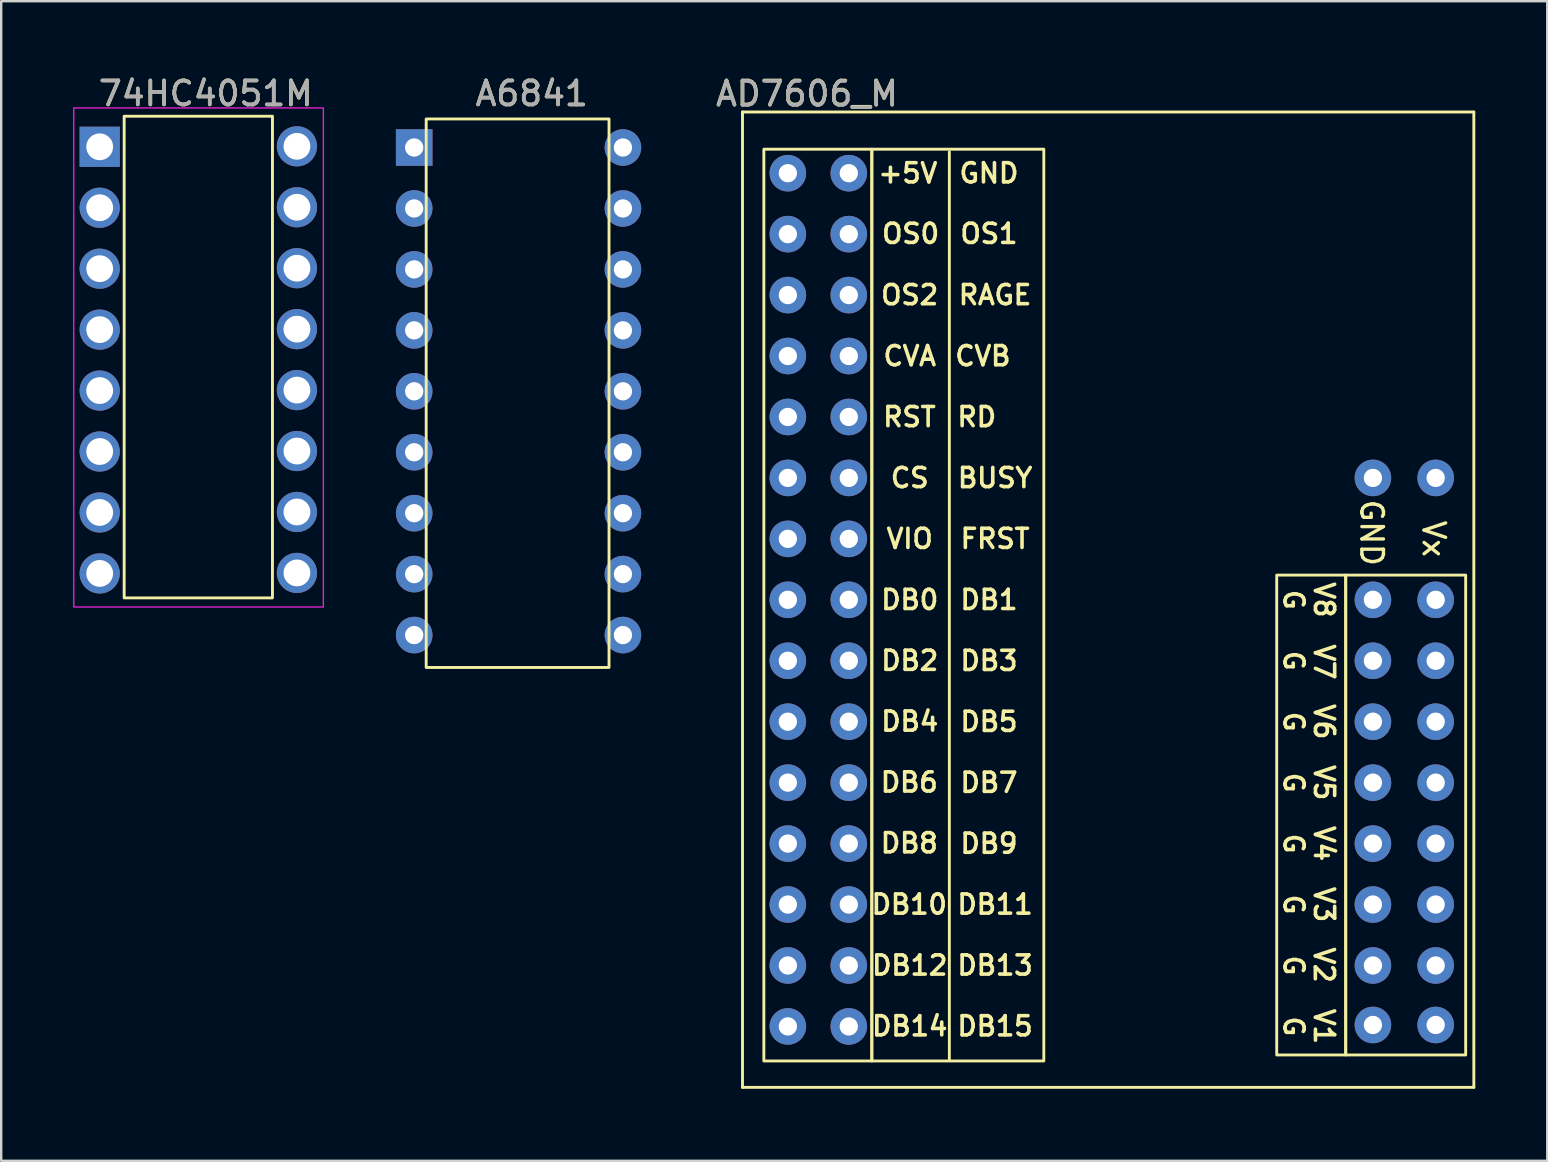
<source format=kicad_pcb>
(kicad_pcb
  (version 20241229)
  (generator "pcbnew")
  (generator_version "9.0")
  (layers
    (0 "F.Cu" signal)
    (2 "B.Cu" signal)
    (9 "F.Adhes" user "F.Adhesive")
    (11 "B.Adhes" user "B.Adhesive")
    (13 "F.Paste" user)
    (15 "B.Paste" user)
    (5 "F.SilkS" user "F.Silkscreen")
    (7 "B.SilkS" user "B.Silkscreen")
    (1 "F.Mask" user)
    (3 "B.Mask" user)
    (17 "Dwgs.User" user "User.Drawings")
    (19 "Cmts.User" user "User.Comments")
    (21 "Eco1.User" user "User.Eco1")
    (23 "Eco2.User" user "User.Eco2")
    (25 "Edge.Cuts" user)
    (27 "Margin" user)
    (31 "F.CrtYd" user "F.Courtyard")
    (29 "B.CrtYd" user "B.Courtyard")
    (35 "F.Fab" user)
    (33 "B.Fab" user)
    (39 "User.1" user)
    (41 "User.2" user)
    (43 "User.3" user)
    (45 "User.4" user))
  (footprint "AD7606_M"
    (layer "F.Cu")
    (at 29.785 4.168)
    (property "Reference" "AD7606_M" (at 0.8 -3.32 0) (unlocked yes) (layer "F.SilkS") (effects (font (size 1 1) (thickness 0.15))))
    (attr through_hole)
    (fp_line (start -1.89 -2.55) (end -1.89 38.1) (stroke (width 0.12) (type solid)) (layer "F.SilkS"))
    (fp_line (start -1.89 -2.55) (end 28.59 -2.55) (stroke (width 0.12) (type solid)) (layer "F.SilkS"))
    (fp_line (start -1.89 38.1) (end 28.59 38.1) (stroke (width 0.12) (type solid)) (layer "F.SilkS"))
    (fp_line (start 6.731 -0.889) (end 6.731 36.957) (stroke (width 0.12) (type solid)) (layer "F.SilkS"))
    (fp_line (start 28.59 -2.55) (end 28.59 38.1) (stroke (width 0.12) (type solid)) (layer "F.SilkS"))
    (fp_rect (start -1 -1) (end 3.5 37) (stroke (width 0.12) (type solid)) (fill no) (layer "F.SilkS"))
    (fp_rect (start 3.5 -1) (end 10.668 37) (stroke (width 0.12) (type solid)) (fill no) (layer "F.SilkS"))
    (fp_rect (start 23.25 16.75) (end 20.375 36.75) (stroke (width 0.12) (type solid)) (fill no) (layer "F.SilkS"))
    (fp_rect (start 23.25 16.75) (end 28.25 36.75) (stroke (width 0.12) (type solid)) (fill no) (layer "F.SilkS"))
    (fp_text user "G" (at 21.082 22.86 270) (unlocked yes) (layer "F.SilkS") (effects (font (size 0.8 0.8) (thickness 0.15))))
    (fp_text user "V2" (at 22.347 33.001 270) (unlocked yes) (layer "F.SilkS") (effects (font (size 0.8 0.8) (thickness 0.15))))
    (fp_text user "OS0" (at 5.116 2.522 0) (unlocked yes) (layer "F.SilkS") (effects (font (size 0.8 0.8) (thickness 0.15))))
    (fp_text user "RST" (at 5.066 10.159 0) (unlocked yes) (layer "F.SilkS") (effects (font (size 0.8 0.8) (thickness 0.15))))
    (fp_text user "V3" (at 22.352 30.48 270) (unlocked yes) (layer "F.SilkS") (effects (font (size 0.8 0.8) (thickness 0.15))))
    (fp_text user "GND" (at 8.382 0 0) (unlocked yes) (layer "F.SilkS") (effects (font (size 0.8 0.8) (thickness 0.15))))
    (fp_text user "DB11" (at 8.636 30.475 0) (unlocked yes) (layer "F.SilkS") (effects (font (size 0.8 0.8) (thickness 0.15))))
    (fp_text user "DB4" (at 5.08 22.849 0) (unlocked yes) (layer "F.SilkS") (effects (font (size 0.8 0.8) (thickness 0.15))))
    (fp_text user "DB12" (at 5.08 33.015 0) (unlocked yes) (layer "F.SilkS") (effects (font (size 0.8 0.8) (thickness 0.15))))
    (fp_text user "VIO" (at 5.08 15.235 0) (unlocked yes) (layer "F.SilkS") (effects (font (size 0.8 0.8) (thickness 0.15))))
    (fp_text user "DB15" (at 8.636 35.549 0) (unlocked yes) (layer "F.SilkS") (effects (font (size 0.8 0.8) (thickness 0.15))))
    (fp_text user "CVA" (at 5.08 7.62 0) (unlocked yes) (layer "F.SilkS") (effects (font (size 0.8 0.8) (thickness 0.15))))
    (fp_text user "G" (at 21.082 33.02 270) (unlocked yes) (layer "F.SilkS") (effects (font (size 0.8 0.8) (thickness 0.15))))
    (fp_text user "RD" (at 7.874 10.159 0) (unlocked yes) (layer "F.SilkS") (effects (font (size 0.8 0.8) (thickness 0.15))))
    (fp_text user "G" (at 21.082 30.48 270) (unlocked yes) (layer "F.SilkS") (effects (font (size 0.8 0.8) (thickness 0.15))))
    (fp_text user "V1" (at 22.352 35.56 270) (unlocked yes) (layer "F.SilkS") (effects (font (size 0.8 0.8) (thickness 0.15))))
    (fp_text user "DB2" (at 5.08 20.315 0) (unlocked yes) (layer "F.SilkS") (effects (font (size 0.8 0.8) (thickness 0.15))))
    (fp_text user "V5" (at 22.352 25.4 270) (unlocked yes) (layer "F.SilkS") (effects (font (size 0.8 0.8) (thickness 0.15))))
    (fp_text user "DB13" (at 8.636 33.015 0) (unlocked yes) (layer "F.SilkS") (effects (font (size 0.8 0.8) (thickness 0.15))))
    (fp_text user "G" (at 21.082 20.32 270) (unlocked yes) (layer "F.SilkS") (effects (font (size 0.8 0.8) (thickness 0.15))))
    (fp_text user "G" (at 21.082 17.78 270) (unlocked yes) (layer "F.SilkS") (effects (font (size 0.8 0.8) (thickness 0.15))))
    (fp_text user "GND" (at 24.333 14.986 270) (unlocked yes) (layer "F.SilkS") (effects (font (size 0.9 0.9) (thickness 0.14))))
    (fp_text user "V4" (at 22.352 27.94 270) (unlocked yes) (layer "F.SilkS") (effects (font (size 0.8 0.8) (thickness 0.15))))
    (fp_text user "G" (at 21.082 35.56 270) (unlocked yes) (layer "F.SilkS") (effects (font (size 0.8 0.8) (thickness 0.15))))
    (fp_text user "DB6" (at 5.061 25.386 0) (unlocked yes) (layer "F.SilkS") (effects (font (size 0.8 0.8) (thickness 0.15))))
    (fp_text user "DB3" (at 8.382 20.32 0) (unlocked yes) (layer "F.SilkS") (effects (font (size 0.8 0.8) (thickness 0.15))))
    (fp_text user "FRST" (at 8.636 15.235 0) (unlocked yes) (layer "F.SilkS") (effects (font (size 0.8 0.8) (thickness 0.15))))
    (fp_text user "OS1" (at 8.382 2.522 0) (unlocked yes) (layer "F.SilkS") (effects (font (size 0.8 0.8) (thickness 0.15))))
    (fp_text user "G" (at 21.082 27.94 270) (unlocked yes) (layer "F.SilkS") (effects (font (size 0.8 0.8) (thickness 0.15))))
    (fp_text user "DB9" (at 8.382 27.94 0) (unlocked yes) (layer "F.SilkS") (effects (font (size 0.8 0.8) (thickness 0.15))))
    (fp_text user "DB14" (at 5.08 35.549 0) (unlocked yes) (layer "F.SilkS") (effects (font (size 0.8 0.8) (thickness 0.15))))
    (fp_text user "V7" (at 22.352 20.371 270) (unlocked yes) (layer "F.SilkS") (effects (font (size 0.8 0.8) (thickness 0.15))))
    (fp_text user "CVB" (at 8.128 7.62 0) (unlocked yes) (layer "F.SilkS") (effects (font (size 0.8 0.8) (thickness 0.15))))
    (fp_text user "OS2" (at 5.077 5.076 0) (unlocked yes) (layer "F.SilkS") (effects (font (size 0.8 0.8) (thickness 0.15))))
    (fp_text user "DB7" (at 8.382 25.4 0) (unlocked yes) (layer "F.SilkS") (effects (font (size 0.8 0.8) (thickness 0.15))))
    (fp_text user "V6" (at 22.352 22.86 270) (unlocked yes) (layer "F.SilkS") (effects (font (size 0.8 0.8) (thickness 0.15))))
    (fp_text user "+5V" (at 5 0 0) (unlocked yes) (layer "F.SilkS") (effects (font (size 0.8 0.8) (thickness 0.15))))
    (fp_text user "RAGE" (at 8.636 5.076 0) (unlocked yes) (layer "F.SilkS") (effects (font (size 0.8 0.8) (thickness 0.15))))
    (fp_text user "DB0" (at 5.08 17.78 0) (unlocked yes) (layer "F.SilkS") (effects (font (size 0.8 0.8) (thickness 0.15))))
    (fp_text user "Vx" (at 26.924 15.24 270) (unlocked yes) (layer "F.SilkS") (effects (font (size 0.9 0.9) (thickness 0.14))))
    (fp_text user "G" (at 21.082 25.4 270) (unlocked yes) (layer "F.SilkS") (effects (font (size 0.8 0.8) (thickness 0.15))))
    (fp_text user "V8" (at 22.352 17.78 270) (unlocked yes) (layer "F.SilkS") (effects (font (size 0.8 0.8) (thickness 0.15))))
    (fp_text user "BUSY" (at 8.636 12.7 0) (unlocked yes) (layer "F.SilkS") (effects (font (size 0.8 0.8) (thickness 0.15))))
    (fp_text user "DB5" (at 8.382 22.86 0) (unlocked yes) (layer "F.SilkS") (effects (font (size 0.8 0.8) (thickness 0.15))))
    (fp_text user "DB10" (at 5.061 30.475 0) (unlocked yes) (layer "F.SilkS") (effects (font (size 0.8 0.8) (thickness 0.15))))
    (fp_text user "CS" (at 5.08 12.7 0) (unlocked yes) (layer "F.SilkS") (effects (font (size 0.8 0.8) (thickness 0.15))))
    (fp_text user "DB1" (at 8.382 17.78 0) (unlocked yes) (layer "F.SilkS") (effects (font (size 0.8 0.8) (thickness 0.15))))
    (fp_text user "DB8" (at 5.061 27.921 0) (unlocked yes) (layer "F.SilkS") (effects (font (size 0.8 0.8) (thickness 0.15))))
    (fp_text user "${REFERENCE}" (at 0.8 -3.3 0) (unlocked yes) (layer "F.Fab") (effects (font (size 1 1) (thickness 0.15))))
    (pad "" thru_hole circle (at 24.384 12.7) (size 1.524 1.524) (drill 0.762) (layers "*.Cu" "*.Mask"))
    (pad "" thru_hole circle (at 27 12.7) (size 1.524 1.524) (drill 0.762) (layers "*.Cu" "*.Mask"))
    (pad "1" thru_hole circle (at 0 0) (size 1.524 1.524) (drill 0.762) (layers "*.Cu" "*.Mask"))
    (pad "2" thru_hole circle (at 0 2.54) (size 1.524 1.524) (drill 0.762) (layers "*.Cu" "*.Mask"))
    (pad "3" thru_hole circle (at 0 5.08) (size 1.524 1.524) (drill 0.762) (layers "*.Cu" "*.Mask"))
    (pad "4" thru_hole circle (at 0 7.62) (size 1.524 1.524) (drill 0.762) (layers "*.Cu" "*.Mask"))
    (pad "5" thru_hole circle (at 0 10.16) (size 1.524 1.524) (drill 0.762) (layers "*.Cu" "*.Mask"))
    (pad "6" thru_hole circle (at 0 12.7) (size 1.524 1.524) (drill 0.762) (layers "*.Cu" "*.Mask"))
    (pad "7" thru_hole circle (at 0 15.24) (size 1.524 1.524) (drill 0.762) (layers "*.Cu" "*.Mask"))
    (pad "8" thru_hole circle (at 0 17.78) (size 1.524 1.524) (drill 0.762) (layers "*.Cu" "*.Mask"))
    (pad "9" thru_hole circle (at 0 20.32) (size 1.524 1.524) (drill 0.762) (layers "*.Cu" "*.Mask"))
    (pad "10" thru_hole circle (at 0 22.86) (size 1.524 1.524) (drill 0.762) (layers "*.Cu" "*.Mask"))
    (pad "11" thru_hole circle (at 0 25.4) (size 1.524 1.524) (drill 0.762) (layers "*.Cu" "*.Mask"))
    (pad "12" thru_hole circle (at 0 27.94) (size 1.524 1.524) (drill 0.762) (layers "*.Cu" "*.Mask"))
    (pad "13" thru_hole circle (at 0 30.48) (size 1.524 1.524) (drill 0.762) (layers "*.Cu" "*.Mask"))
    (pad "14" thru_hole circle (at 0 33.02) (size 1.524 1.524) (drill 0.762) (layers "*.Cu" "*.Mask"))
    (pad "15" thru_hole circle (at 0 35.56) (size 1.524 1.524) (drill 0.762) (layers "*.Cu" "*.Mask"))
    (pad "16" thru_hole circle (at 2.54 35.56) (size 1.524 1.524) (drill 0.762) (layers "*.Cu" "*.Mask"))
    (pad "17" thru_hole circle (at 2.54 33.02) (size 1.524 1.524) (drill 0.762) (layers "*.Cu" "*.Mask"))
    (pad "18" thru_hole circle (at 2.54 30.48) (size 1.524 1.524) (drill 0.762) (layers "*.Cu" "*.Mask"))
    (pad "19" thru_hole circle (at 2.54 27.94) (size 1.524 1.524) (drill 0.762) (layers "*.Cu" "*.Mask"))
    (pad "20" thru_hole circle (at 2.54 25.4) (size 1.524 1.524) (drill 0.762) (layers "*.Cu" "*.Mask"))
    (pad "21" thru_hole circle (at 2.54 22.86) (size 1.524 1.524) (drill 0.762) (layers "*.Cu" "*.Mask"))
    (pad "22" thru_hole circle (at 2.54 20.32) (size 1.524 1.524) (drill 0.762) (layers "*.Cu" "*.Mask"))
    (pad "23" thru_hole circle (at 2.54 17.78) (size 1.524 1.524) (drill 0.762) (layers "*.Cu" "*.Mask"))
    (pad "24" thru_hole circle (at 2.54 15.24) (size 1.524 1.524) (drill 0.762) (layers "*.Cu" "*.Mask"))
    (pad "25" thru_hole circle (at 2.54 12.7) (size 1.524 1.524) (drill 0.762) (layers "*.Cu" "*.Mask"))
    (pad "26" thru_hole circle (at 2.54 10.16) (size 1.524 1.524) (drill 0.762) (layers "*.Cu" "*.Mask"))
    (pad "27" thru_hole circle (at 2.54 7.62) (size 1.524 1.524) (drill 0.762) (layers "*.Cu" "*.Mask"))
    (pad "28" thru_hole circle (at 2.54 5.08) (size 1.524 1.524) (drill 0.762) (layers "*.Cu" "*.Mask"))
    (pad "29" thru_hole circle (at 2.54 2.54) (size 1.524 1.524) (drill 0.762) (layers "*.Cu" "*.Mask"))
    (pad "30" thru_hole circle (at 2.54 0) (size 1.524 1.524) (drill 0.762) (layers "*.Cu" "*.Mask"))
    (pad "31" thru_hole circle (at 24.384 17.78) (size 1.524 1.524) (drill 0.762) (layers "*.Cu" "*.Mask"))
    (pad "32" thru_hole circle (at 24.384 20.32) (size 1.524 1.524) (drill 0.762) (layers "*.Cu" "*.Mask"))
    (pad "33" thru_hole circle (at 24.384 22.86) (size 1.524 1.524) (drill 0.762) (layers "*.Cu" "*.Mask"))
    (pad "34" thru_hole circle (at 24.384 25.4) (size 1.524 1.524) (drill 0.762) (layers "*.Cu" "*.Mask"))
    (pad "35" thru_hole circle (at 24.384 27.94) (size 1.524 1.524) (drill 0.762) (layers "*.Cu" "*.Mask"))
    (pad "36" thru_hole circle (at 24.384 30.48) (size 1.524 1.524) (drill 0.762) (layers "*.Cu" "*.Mask"))
    (pad "37" thru_hole circle (at 24.384 33.02) (size 1.524 1.524) (drill 0.762) (layers "*.Cu" "*.Mask"))
    (pad "38" thru_hole circle (at 24.384 35.5) (size 1.524 1.524) (drill 0.762) (layers "*.Cu" "*.Mask"))
    (pad "39" thru_hole circle (at 27 35.5) (size 1.524 1.524) (drill 0.762) (layers "*.Cu" "*.Mask"))
    (pad "40" thru_hole circle (at 27 33.02) (size 1.524 1.524) (drill 0.762) (layers "*.Cu" "*.Mask"))
    (pad "41" thru_hole circle (at 27 30.48) (size 1.524 1.524) (drill 0.762) (layers "*.Cu" "*.Mask"))
    (pad "42" thru_hole circle (at 27 27.94) (size 1.524 1.524) (drill 0.762) (layers "*.Cu" "*.Mask"))
    (pad "43" thru_hole circle (at 27 25.4) (size 1.524 1.524) (drill 0.762) (layers "*.Cu" "*.Mask"))
    (pad "44" thru_hole circle (at 27 22.86) (size 1.524 1.524) (drill 0.762) (layers "*.Cu" "*.Mask"))
    (pad "45" thru_hole circle (at 27 20.32) (size 1.524 1.524) (drill 0.762) (layers "*.Cu" "*.Mask"))
    (pad "46" thru_hole circle (at 27 17.78) (size 1.524 1.524) (drill 0.762) (layers "*.Cu" "*.Mask")))
  (footprint "A6841"
    (layer "F.Cu")
    (at 14.712 3.098)
    (property "Reference" "A6841" (at 4.4 -2.25 0) (unlocked yes) (layer "F.SilkS") (effects (font (size 1 1) (thickness 0.15))))
    (attr through_hole)
    (fp_rect (start 0 -1.19) (end 7.62 21.67) (stroke (width 0.12) (type solid)) (fill no) (layer "F.SilkS"))
    (fp_text user "${REFERENCE}" (at 4.4 -2.25 0) (unlocked yes) (layer "F.Fab") (effects (font (size 1 1) (thickness 0.15))))
    (pad "1" thru_hole rect (at -0.5 0) (size 1.524 1.524) (drill 0.762) (layers "*.Cu" "*.Mask"))
    (pad "2" thru_hole circle (at -0.5 2.54) (size 1.524 1.524) (drill 0.762) (layers "*.Cu" "*.Mask"))
    (pad "3" thru_hole circle (at -0.5 5.08) (size 1.524 1.524) (drill 0.762) (layers "*.Cu" "*.Mask"))
    (pad "4" thru_hole circle (at -0.5 7.62) (size 1.524 1.524) (drill 0.762) (layers "*.Cu" "*.Mask"))
    (pad "5" thru_hole circle (at -0.5 10.16) (size 1.524 1.524) (drill 0.762) (layers "*.Cu" "*.Mask"))
    (pad "6" thru_hole circle (at -0.5 12.7) (size 1.524 1.524) (drill 0.762) (layers "*.Cu" "*.Mask"))
    (pad "7" thru_hole circle (at -0.5 15.24) (size 1.524 1.524) (drill 0.762) (layers "*.Cu" "*.Mask"))
    (pad "8" thru_hole circle (at -0.5 17.78) (size 1.524 1.524) (drill 0.762) (layers "*.Cu" "*.Mask"))
    (pad "9" thru_hole circle (at -0.5 20.32) (size 1.524 1.524) (drill 0.762) (layers "*.Cu" "*.Mask"))
    (pad "10" thru_hole circle (at 8.2 20.32) (size 1.524 1.524) (drill 0.762) (layers "*.Cu" "*.Mask"))
    (pad "11" thru_hole circle (at 8.2 17.78) (size 1.524 1.524) (drill 0.762) (layers "*.Cu" "*.Mask"))
    (pad "12" thru_hole circle (at 8.2 15.24) (size 1.524 1.524) (drill 0.762) (layers "*.Cu" "*.Mask"))
    (pad "13" thru_hole circle (at 8.2 12.7) (size 1.524 1.524) (drill 0.762) (layers "*.Cu" "*.Mask"))
    (pad "14" thru_hole circle (at 8.2 10.16) (size 1.524 1.524) (drill 0.762) (layers "*.Cu" "*.Mask"))
    (pad "15" thru_hole circle (at 8.2 7.62) (size 1.524 1.524) (drill 0.762) (layers "*.Cu" "*.Mask"))
    (pad "16" thru_hole circle (at 8.2 5.08) (size 1.524 1.524) (drill 0.762) (layers "*.Cu" "*.Mask"))
    (pad "17" thru_hole circle (at 8.2 2.54) (size 1.524 1.524) (drill 0.762) (layers "*.Cu" "*.Mask"))
    (pad "18" thru_hole circle (at 8.2 0) (size 1.524 1.524) (drill 0.762) (layers "*.Cu" "*.Mask")))
  (footprint "74HC4051M"
    (layer "F.Cu")
    (at 8.725 20.848)
    (property "Reference" "74HC4051M" (at -3.2 -20 0) (unlocked yes) (layer "F.SilkS") (effects (font (size 1 1) (thickness 0.15))))
    (attr through_hole)
    (fp_rect (start -6.6 -19.054) (end -0.42 1.02) (stroke (width 0.12) (type solid)) (fill no) (layer "F.SilkS"))
    (fp_rect (start -8.7 -19.4) (end 1.7 1.4) (stroke (width 0.05) (type solid)) (fill no) (layer "F.CrtYd"))
    (fp_text user "${REFERENCE}" (at -3.2 -20 0) (unlocked yes) (layer "F.Fab") (effects (font (size 1 1) (thickness 0.15))))
    (pad "1" thru_hole rect (at -7.62 -17.78) (size 1.676 1.676) (drill 1.118) (layers "*.Cu" "*.Mask"))
    (pad "2" thru_hole circle (at -7.62 -15.24) (size 1.676 1.676) (drill 1.118) (layers "*.Cu" "*.Mask"))
    (pad "3" thru_hole circle (at -7.62 -12.7) (size 1.676 1.676) (drill 1.118) (layers "*.Cu" "*.Mask"))
    (pad "4" thru_hole circle (at -7.62 -10.16) (size 1.676 1.676) (drill 1.118) (layers "*.Cu" "*.Mask"))
    (pad "5" thru_hole circle (at -7.62 -7.62) (size 1.676 1.676) (drill 1.118) (layers "*.Cu" "*.Mask"))
    (pad "6" thru_hole circle (at -7.62 -5.08) (size 1.676 1.676) (drill 1.118) (layers "*.Cu" "*.Mask"))
    (pad "7" thru_hole circle (at -7.62 -2.54) (size 1.676 1.676) (drill 1.118) (layers "*.Cu" "*.Mask"))
    (pad "8" thru_hole circle (at -7.62 0) (size 1.676 1.676) (drill 1.118) (layers "*.Cu" "*.Mask"))
    (pad "9" thru_hole circle (at 0.6 -0.02) (size 1.676 1.676) (drill 1.118) (layers "*.Cu" "*.Mask"))
    (pad "10" thru_hole circle (at 0.6 -2.56) (size 1.676 1.676) (drill 1.118) (layers "*.Cu" "*.Mask"))
    (pad "11" thru_hole circle (at 0.6 -5.1) (size 1.676 1.676) (drill 1.118) (layers "*.Cu" "*.Mask"))
    (pad "12" thru_hole circle (at 0.6 -7.64) (size 1.676 1.676) (drill 1.118) (layers "*.Cu" "*.Mask"))
    (pad "13" thru_hole circle (at 0.6 -10.18) (size 1.676 1.676) (drill 1.118) (layers "*.Cu" "*.Mask"))
    (pad "14" thru_hole circle (at 0.6 -12.72) (size 1.676 1.676) (drill 1.118) (layers "*.Cu" "*.Mask"))
    (pad "15" thru_hole circle (at 0.6 -15.26) (size 1.676 1.676) (drill 1.118) (layers "*.Cu" "*.Mask"))
    (pad "16" thru_hole circle (at 0.6 -17.8) (size 1.676 1.676) (drill 1.118) (layers "*.Cu" "*.Mask")))
  (gr_rect
    (start -3 -3)
    (end 61.435 45.328)
    (stroke (width 0.1) (type default))
    (fill no)
    (layer "Edge.Cuts")))
</source>
